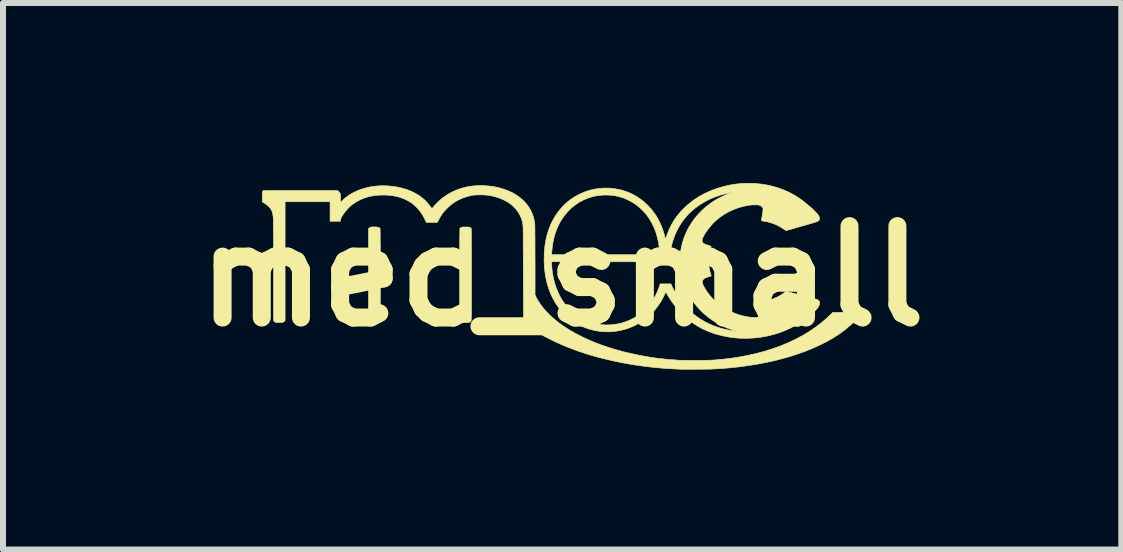
<source format=kicad_pcb>
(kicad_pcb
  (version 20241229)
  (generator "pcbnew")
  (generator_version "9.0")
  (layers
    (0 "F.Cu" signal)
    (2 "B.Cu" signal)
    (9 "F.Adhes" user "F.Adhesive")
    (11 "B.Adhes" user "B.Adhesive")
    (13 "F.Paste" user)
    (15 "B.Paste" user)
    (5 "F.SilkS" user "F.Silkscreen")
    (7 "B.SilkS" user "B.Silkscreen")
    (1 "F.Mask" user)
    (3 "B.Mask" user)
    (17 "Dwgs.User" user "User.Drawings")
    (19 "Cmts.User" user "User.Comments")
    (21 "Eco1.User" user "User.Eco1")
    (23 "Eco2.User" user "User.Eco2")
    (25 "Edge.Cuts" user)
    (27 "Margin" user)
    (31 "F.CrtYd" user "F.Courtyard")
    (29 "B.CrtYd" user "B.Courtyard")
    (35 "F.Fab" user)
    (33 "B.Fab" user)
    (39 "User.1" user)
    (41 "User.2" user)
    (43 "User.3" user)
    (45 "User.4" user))
  (footprint "mec_small"
    (layer "F.Cu")
    (at 6.321 1.554)
    (property "Reference" "mec_small" (at 0 0 0) (layer "F.SilkS") (effects (font (size 1.524 1.524) (thickness 0.3))))
    (attr through_hole)
    (fp_poly (pts (xy -3.117 -0.821) (xy -3.087 -0.819) (xy -3.065 -0.815) (xy -3.049 -0.809) (xy -3.039 -0.8) (xy -3.036 -0.796) (xy -3.035 -0.791) (xy -3.035 -0.78) (xy -3.034 -0.762) (xy -3.034 -0.737) (xy -3.033 -0.705) (xy -3.033 -0.666) (xy -3.033 -0.62) (xy -3.033 -0.567) (xy -3.032 -0.507) (xy -3.032 -0.439) (xy -3.032 -0.364) (xy -3.032 -0.282) (xy -3.032 -0.192) (xy -3.032 -0.095) (xy -3.032 -0.024) (xy -3.032 0.067) (xy -3.032 0.15) (xy -3.032 0.226) (xy -3.032 0.296) (xy -3.032 0.359) (xy -3.032 0.416) (xy -3.032 0.468) (xy -3.032 0.514) (xy -3.032 0.555) (xy -3.032 0.591) (xy -3.033 0.622) (xy -3.033 0.65) (xy -3.034 0.674) (xy -3.034 0.694) (xy -3.035 0.71) (xy -3.036 0.724) (xy -3.037 0.735) (xy -3.038 0.744) (xy -3.04 0.75) (xy -3.041 0.755) (xy -3.043 0.759) (xy -3.045 0.761) (xy -3.047 0.762) (xy -3.05 0.763) (xy -3.052 0.764) (xy -3.055 0.764) (xy -3.059 0.765) (xy -3.06 0.766) (xy -3.067 0.769) (xy -3.076 0.771) (xy -3.087 0.772) (xy -3.103 0.773) (xy -3.124 0.773) (xy -3.13 0.773) (xy -3.153 0.772) (xy -3.173 0.771) (xy -3.189 0.77) (xy -3.197 0.768) (xy -3.209 0.762) (xy -3.219 0.755) (xy -3.228 0.746) (xy -3.228 -0.792) (xy -3.217 -0.803) (xy -3.205 -0.811) (xy -3.189 -0.817) (xy -3.167 -0.821) (xy -3.14 -0.822) (xy -3.117 -0.821)) (stroke (width 0.01) (type solid)) (fill yes) (layer "F.SilkS"))
    (fp_poly (pts (xy -1.587 -0.82) (xy -1.571 -0.82) (xy -1.559 -0.819) (xy -1.55 -0.817) (xy -1.543 -0.815) (xy -1.537 -0.812) (xy -1.536 -0.812) (xy -1.525 -0.805) (xy -1.518 -0.798) (xy -1.516 -0.796) (xy -1.515 -0.791) (xy -1.515 -0.78) (xy -1.515 -0.762) (xy -1.514 -0.737) (xy -1.514 -0.705) (xy -1.513 -0.666) (xy -1.513 -0.62) (xy -1.513 -0.567) (xy -1.513 -0.507) (xy -1.512 -0.439) (xy -1.512 -0.364) (xy -1.512 -0.282) (xy -1.512 -0.192) (xy -1.512 -0.095) (xy -1.512 -0.024) (xy -1.512 0.067) (xy -1.512 0.15) (xy -1.512 0.226) (xy -1.512 0.296) (xy -1.512 0.359) (xy -1.512 0.416) (xy -1.512 0.468) (xy -1.512 0.514) (xy -1.512 0.555) (xy -1.513 0.591) (xy -1.513 0.622) (xy -1.514 0.65) (xy -1.514 0.674) (xy -1.515 0.694) (xy -1.516 0.71) (xy -1.516 0.724) (xy -1.518 0.735) (xy -1.519 0.744) (xy -1.52 0.75) (xy -1.522 0.755) (xy -1.524 0.759) (xy -1.526 0.761) (xy -1.528 0.762) (xy -1.53 0.763) (xy -1.533 0.764) (xy -1.536 0.764) (xy -1.539 0.765) (xy -1.54 0.766) (xy -1.551 0.769) (xy -1.568 0.771) (xy -1.589 0.773) (xy -1.611 0.773) (xy -1.633 0.773) (xy -1.653 0.772) (xy -1.669 0.769) (xy -1.678 0.767) (xy -1.689 0.761) (xy -1.699 0.754) (xy -1.7 0.753) (xy -1.708 0.745) (xy -1.708 -0.022) (xy -1.708 -0.124) (xy -1.708 -0.219) (xy -1.708 -0.306) (xy -1.708 -0.387) (xy -1.708 -0.459) (xy -1.708 -0.525) (xy -1.707 -0.583) (xy -1.707 -0.634) (xy -1.707 -0.678) (xy -1.706 -0.715) (xy -1.706 -0.745) (xy -1.706 -0.768) (xy -1.705 -0.784) (xy -1.705 -0.793) (xy -1.704 -0.796) (xy -1.699 -0.802) (xy -1.689 -0.809) (xy -1.684 -0.812) (xy -1.678 -0.815) (xy -1.671 -0.817) (xy -1.662 -0.819) (xy -1.651 -0.82) (xy -1.635 -0.82) (xy -1.613 -0.82) (xy -1.61 -0.82) (xy -1.587 -0.82)) (stroke (width 0.01) (type solid)) (fill yes) (layer "F.SilkS"))
    (fp_poly (pts (xy -1.275 -1.508) (xy -1.19 -1.5) (xy -1.108 -1.487) (xy -1.029 -1.468) (xy -0.955 -1.445) (xy -0.884 -1.417) (xy -0.818 -1.385) (xy -0.757 -1.348) (xy -0.7 -1.307) (xy -0.648 -1.262) (xy -0.602 -1.213) (xy -0.562 -1.161) (xy -0.528 -1.105) (xy -0.5 -1.046) (xy -0.478 -0.983) (xy -0.47 -0.95) (xy -0.466 -0.928) (xy -0.461 -0.904) (xy -0.458 -0.881) (xy -0.456 -0.87) (xy -0.456 -0.861) (xy -0.455 -0.843) (xy -0.455 -0.819) (xy -0.454 -0.787) (xy -0.454 -0.748) (xy -0.454 -0.701) (xy -0.453 -0.647) (xy -0.453 -0.586) (xy -0.453 -0.519) (xy -0.453 -0.444) (xy -0.453 -0.362) (xy -0.452 -0.273) (xy -0.452 -0.261) (xy -0.452 0.312) (xy -0.444 0.33) (xy -0.439 0.34) (xy -0.432 0.355) (xy -0.422 0.373) (xy -0.412 0.391) (xy -0.411 0.393) (xy -0.367 0.462) (xy -0.316 0.53) (xy -0.258 0.596) (xy -0.194 0.661) (xy -0.122 0.724) (xy -0.045 0.785) (xy 0.039 0.844) (xy 0.129 0.901) (xy 0.224 0.955) (xy 0.325 1.007) (xy 0.431 1.057) (xy 0.542 1.104) (xy 0.658 1.148) (xy 0.779 1.189) (xy 0.904 1.227) (xy 1.033 1.262) (xy 1.061 1.269) (xy 1.132 1.285) (xy 1.205 1.301) (xy 1.28 1.317) (xy 1.356 1.331) (xy 1.43 1.344) (xy 1.503 1.356) (xy 1.572 1.366) (xy 1.637 1.374) (xy 1.682 1.378) (xy 1.696 1.38) (xy 1.709 1.381) (xy 1.716 1.382) (xy 1.724 1.383) (xy 1.737 1.384) (xy 1.753 1.386) (xy 1.759 1.386) (xy 1.774 1.387) (xy 1.786 1.388) (xy 1.794 1.389) (xy 1.795 1.39) (xy 1.799 1.39) (xy 1.809 1.391) (xy 1.824 1.392) (xy 1.842 1.393) (xy 1.846 1.393) (xy 1.864 1.394) (xy 1.88 1.395) (xy 1.891 1.396) (xy 1.896 1.397) (xy 1.897 1.397) (xy 1.902 1.398) (xy 1.914 1.399) (xy 1.933 1.4) (xy 1.956 1.401) (xy 1.985 1.402) (xy 2.017 1.402) (xy 2.053 1.403) (xy 2.091 1.404) (xy 2.131 1.404) (xy 2.173 1.404) (xy 2.215 1.404) (xy 2.23 1.404) (xy 2.299 1.404) (xy 2.363 1.403) (xy 2.421 1.402) (xy 2.473 1.4) (xy 2.518 1.398) (xy 2.556 1.395) (xy 2.577 1.393) (xy 2.587 1.392) (xy 2.602 1.391) (xy 2.621 1.389) (xy 2.638 1.388) (xy 2.787 1.372) (xy 2.937 1.35) (xy 3.086 1.322) (xy 3.232 1.289) (xy 3.373 1.252) (xy 3.379 1.25) (xy 3.517 1.206) (xy 3.651 1.158) (xy 3.779 1.104) (xy 3.902 1.046) (xy 4.019 0.983) (xy 4.13 0.915) (xy 4.235 0.842) (xy 4.335 0.765) (xy 4.344 0.757) (xy 4.361 0.743) (xy 4.381 0.726) (xy 4.403 0.707) (xy 4.425 0.687) (xy 4.446 0.667) (xy 4.466 0.648) (xy 4.483 0.632) (xy 4.496 0.619) (xy 4.5 0.615) (xy 4.511 0.603) (xy 5.001 0.603) (xy 4.99 0.617) (xy 4.953 0.665) (xy 4.909 0.714) (xy 4.861 0.764) (xy 4.809 0.813) (xy 4.755 0.86) (xy 4.7 0.904) (xy 4.695 0.908) (xy 4.607 0.972) (xy 4.512 1.032) (xy 4.41 1.09) (xy 4.302 1.144) (xy 4.189 1.196) (xy 4.07 1.245) (xy 3.945 1.29) (xy 3.816 1.333) (xy 3.682 1.371) (xy 3.543 1.407) (xy 3.4 1.438) (xy 3.254 1.466) (xy 3.104 1.49) (xy 2.95 1.511) (xy 2.905 1.516) (xy 2.888 1.518) (xy 2.871 1.52) (xy 2.859 1.521) (xy 2.854 1.521) (xy 2.844 1.523) (xy 2.829 1.524) (xy 2.815 1.525) (xy 2.799 1.527) (xy 2.785 1.528) (xy 2.775 1.529) (xy 2.767 1.53) (xy 2.753 1.531) (xy 2.734 1.532) (xy 2.714 1.534) (xy 2.706 1.535) (xy 2.684 1.536) (xy 2.665 1.538) (xy 2.648 1.539) (xy 2.636 1.54) (xy 2.634 1.54) (xy 2.625 1.541) (xy 2.61 1.542) (xy 2.591 1.543) (xy 2.57 1.544) (xy 2.562 1.544) (xy 2.541 1.545) (xy 2.522 1.546) (xy 2.507 1.547) (xy 2.497 1.548) (xy 2.494 1.548) (xy 2.488 1.549) (xy 2.476 1.549) (xy 2.457 1.549) (xy 2.433 1.55) (xy 2.405 1.55) (xy 2.373 1.55) (xy 2.338 1.551) (xy 2.302 1.551) (xy 2.263 1.551) (xy 2.225 1.551) (xy 2.187 1.552) (xy 2.149 1.552) (xy 2.114 1.552) (xy 2.081 1.552) (xy 2.052 1.552) (xy 2.027 1.552) (xy 2.007 1.552) (xy 1.992 1.552) (xy 1.985 1.551) (xy 1.974 1.551) (xy 1.956 1.55) (xy 1.934 1.549) (xy 1.909 1.548) (xy 1.882 1.546) (xy 1.872 1.546) (xy 1.702 1.536) (xy 1.532 1.521) (xy 1.362 1.501) (xy 1.194 1.477) (xy 1.028 1.448) (xy 0.865 1.415) (xy 0.706 1.378) (xy 0.55 1.338) (xy 0.399 1.293) (xy 0.254 1.244) (xy 0.114 1.192) (xy 0.102 1.187) (xy 0.036 1.16) (xy -0.032 1.131) (xy -0.1 1.1) (xy -0.167 1.068) (xy -0.231 1.036) (xy -0.291 1.005) (xy -0.345 0.975) (xy -0.349 0.973) (xy -0.381 0.954) (xy -0.416 0.933) (xy -0.452 0.91) (xy -0.488 0.888) (xy -0.523 0.865) (xy -0.556 0.843) (xy -0.585 0.823) (xy -0.611 0.805) (xy -0.631 0.789) (xy -0.636 0.785) (xy -0.644 0.779) (xy -0.646 0.249) (xy -0.647 0.18) (xy -0.647 0.11) (xy -0.647 0.039) (xy -0.647 -0.032) (xy -0.648 -0.103) (xy -0.648 -0.172) (xy -0.648 -0.239) (xy -0.648 -0.304) (xy -0.648 -0.364) (xy -0.649 -0.42) (xy -0.649 -0.471) (xy -0.649 -0.516) (xy -0.649 -0.552) (xy -0.649 -0.609) (xy -0.649 -0.66) (xy -0.649 -0.703) (xy -0.65 -0.741) (xy -0.65 -0.774) (xy -0.651 -0.803) (xy -0.652 -0.827) (xy -0.654 -0.848) (xy -0.655 -0.866) (xy -0.658 -0.882) (xy -0.66 -0.897) (xy -0.663 -0.911) (xy -0.667 -0.924) (xy -0.671 -0.938) (xy -0.676 -0.952) (xy -0.679 -0.96) (xy -0.701 -1.013) (xy -0.729 -1.062) (xy -0.762 -1.108) (xy -0.79 -1.138) (xy -0.824 -1.172) (xy -0.857 -1.2) (xy -0.892 -1.225) (xy -0.931 -1.249) (xy -0.967 -1.268) (xy -1.022 -1.293) (xy -1.079 -1.314) (xy -1.14 -1.331) (xy -1.206 -1.345) (xy -1.218 -1.347) (xy -1.242 -1.35) (xy -1.272 -1.353) (xy -1.305 -1.355) (xy -1.341 -1.356) (xy -1.377 -1.356) (xy -1.412 -1.355) (xy -1.445 -1.354) (xy -1.473 -1.352) (xy -1.496 -1.349) (xy -1.497 -1.349) (xy -1.575 -1.331) (xy -1.648 -1.307) (xy -1.716 -1.278) (xy -1.781 -1.242) (xy -1.842 -1.2) (xy -1.899 -1.151) (xy -1.917 -1.134) (xy -1.957 -1.092) (xy -1.992 -1.049) (xy -2.023 -1.003) (xy -2.051 -0.953) (xy -2.056 -0.945) (xy -2.067 -0.923) (xy -2.076 -0.908) (xy -2.082 -0.899) (xy -2.087 -0.896) (xy -2.087 -0.896) (xy -2.092 -0.896) (xy -2.104 -0.896) (xy -2.121 -0.897) (xy -2.142 -0.897) (xy -2.166 -0.897) (xy -2.179 -0.897) (xy -2.264 -0.897) (xy -2.289 -0.949) (xy -2.323 -1.014) (xy -2.363 -1.074) (xy -2.407 -1.128) (xy -2.455 -1.176) (xy -2.508 -1.219) (xy -2.565 -1.255) (xy -2.571 -1.258) (xy -2.628 -1.286) (xy -2.686 -1.309) (xy -2.747 -1.327) (xy -2.812 -1.34) (xy -2.881 -1.349) (xy -2.955 -1.353) (xy -2.979 -1.353) (xy -3.063 -1.351) (xy -3.143 -1.342) (xy -3.22 -1.327) (xy -3.294 -1.305) (xy -3.363 -1.276) (xy -3.429 -1.241) (xy -3.491 -1.2) (xy -3.505 -1.19) (xy -3.531 -1.168) (xy -3.557 -1.143) (xy -3.582 -1.117) (xy -3.606 -1.089) (xy -3.629 -1.06) (xy -3.649 -1.032) (xy -3.667 -1.004) (xy -3.681 -0.979) (xy -3.69 -0.957) (xy -3.695 -0.939) (xy -3.695 -0.933) (xy -3.695 -0.916) (xy -3.869 -0.916) (xy -3.869 -1.241) (xy -4.619 -1.241) (xy -4.619 0.738) (xy -4.627 0.748) (xy -4.636 0.758) (xy -4.647 0.764) (xy -4.661 0.769) (xy -4.679 0.772) (xy -4.703 0.773) (xy -4.716 0.773) (xy -4.742 0.772) (xy -4.763 0.771) (xy -4.778 0.767) (xy -4.79 0.762) (xy -4.8 0.754) (xy -4.807 0.746) (xy -4.807 0.744) (xy -4.808 0.739) (xy -4.808 0.732) (xy -4.809 0.721) (xy -4.809 0.706) (xy -4.81 0.688) (xy -4.81 0.666) (xy -4.81 0.64) (xy -4.81 0.609) (xy -4.811 0.573) (xy -4.811 0.532) (xy -4.811 0.486) (xy -4.811 0.435) (xy -4.811 0.378) (xy -4.811 0.314) (xy -4.811 0.245) (xy -4.812 0.168) (xy -4.812 0.085) (xy -4.812 -0.005) (xy -4.812 -0.082) (xy -4.812 -0.177) (xy -4.812 -0.269) (xy -4.812 -0.355) (xy -4.812 -0.437) (xy -4.812 -0.514) (xy -4.812 -0.586) (xy -4.812 -0.652) (xy -4.813 -0.712) (xy -4.813 -0.767) (xy -4.813 -0.815) (xy -4.814 -0.857) (xy -4.814 -0.893) (xy -4.814 -0.921) (xy -4.815 -0.943) (xy -4.815 -0.957) (xy -4.815 -0.962) (xy -4.819 -1.003) (xy -4.825 -1.039) (xy -4.832 -1.069) (xy -4.843 -1.096) (xy -4.856 -1.12) (xy -4.873 -1.143) (xy -4.888 -1.159) (xy -4.908 -1.176) (xy -4.93 -1.194) (xy -4.955 -1.211) (xy -4.976 -1.225) (xy -5 -1.239) (xy -4.999 -1.325) (xy -4.998 -1.411) (xy -4.988 -1.419) (xy -4.977 -1.427) (xy -4.365 -1.428) (xy -4.279 -1.428) (xy -4.201 -1.428) (xy -4.129 -1.428) (xy -4.064 -1.428) (xy -4.006 -1.428) (xy -3.955 -1.428) (xy -3.909 -1.428) (xy -3.87 -1.428) (xy -3.836 -1.428) (xy -3.808 -1.427) (xy -3.785 -1.427) (xy -3.768 -1.427) (xy -3.755 -1.426) (xy -3.747 -1.426) (xy -3.743 -1.425) (xy -3.733 -1.418) (xy -3.721 -1.407) (xy -3.71 -1.393) (xy -3.702 -1.38) (xy -3.701 -1.378) (xy -3.698 -1.37) (xy -3.697 -1.358) (xy -3.696 -1.341) (xy -3.695 -1.317) (xy -3.695 -1.299) (xy -3.695 -1.278) (xy -3.695 -1.259) (xy -3.695 -1.245) (xy -3.694 -1.236) (xy -3.694 -1.233) (xy -3.691 -1.236) (xy -3.684 -1.242) (xy -3.673 -1.252) (xy -3.664 -1.261) (xy -3.608 -1.311) (xy -3.548 -1.354) (xy -3.483 -1.392) (xy -3.413 -1.425) (xy -3.338 -1.453) (xy -3.257 -1.476) (xy -3.243 -1.48) (xy -3.163 -1.495) (xy -3.082 -1.504) (xy -2.998 -1.508) (xy -2.915 -1.506) (xy -2.831 -1.499) (xy -2.749 -1.486) (xy -2.669 -1.468) (xy -2.592 -1.445) (xy -2.52 -1.417) (xy -2.451 -1.384) (xy -2.447 -1.382) (xy -2.385 -1.344) (xy -2.328 -1.302) (xy -2.277 -1.256) (xy -2.23 -1.204) (xy -2.186 -1.147) (xy -2.176 -1.132) (xy -2.173 -1.128) (xy -2.17 -1.127) (xy -2.166 -1.13) (xy -2.161 -1.136) (xy -2.151 -1.148) (xy -2.149 -1.151) (xy -2.133 -1.171) (xy -2.112 -1.195) (xy -2.087 -1.22) (xy -2.061 -1.245) (xy -2.034 -1.27) (xy -2.009 -1.292) (xy -1.986 -1.31) (xy -1.985 -1.311) (xy -1.913 -1.36) (xy -1.838 -1.402) (xy -1.76 -1.437) (xy -1.679 -1.466) (xy -1.595 -1.487) (xy -1.508 -1.502) (xy -1.418 -1.51) (xy -1.363 -1.511) (xy -1.275 -1.508)) (stroke (width 0.01) (type solid)) (fill yes) (layer "F.SilkS"))
    (fp_poly (pts (xy 3.211 -1.546) (xy 3.314 -1.536) (xy 3.415 -1.52) (xy 3.513 -1.498) (xy 3.61 -1.469) (xy 3.703 -1.434) (xy 3.792 -1.393) (xy 3.878 -1.347) (xy 3.959 -1.295) (xy 3.999 -1.266) (xy 4.013 -1.254) (xy 4.033 -1.239) (xy 4.056 -1.22) (xy 4.082 -1.198) (xy 4.111 -1.175) (xy 4.141 -1.15) (xy 4.152 -1.141) (xy 4.165 -1.129) (xy 4.181 -1.114) (xy 4.198 -1.096) (xy 4.216 -1.078) (xy 4.234 -1.059) (xy 4.25 -1.042) (xy 4.263 -1.027) (xy 4.272 -1.015) (xy 4.275 -1.01) (xy 4.286 -0.987) (xy 4.29 -0.966) (xy 4.289 -0.947) (xy 4.283 -0.935) (xy 4.274 -0.925) (xy 4.262 -0.916) (xy 4.257 -0.914) (xy 4.25 -0.911) (xy 4.236 -0.906) (xy 4.217 -0.9) (xy 4.193 -0.893) (xy 4.166 -0.884) (xy 4.135 -0.875) (xy 4.103 -0.866) (xy 4.089 -0.862) (xy 4.052 -0.851) (xy 4.012 -0.84) (xy 3.971 -0.828) (xy 3.931 -0.816) (xy 3.894 -0.806) (xy 3.861 -0.796) (xy 3.836 -0.789) (xy 3.805 -0.78) (xy 3.78 -0.773) (xy 3.761 -0.768) (xy 3.747 -0.764) (xy 3.737 -0.763) (xy 3.73 -0.762) (xy 3.726 -0.763) (xy 3.726 -0.763) (xy 3.72 -0.767) (xy 3.71 -0.774) (xy 3.696 -0.783) (xy 3.68 -0.794) (xy 3.676 -0.796) (xy 3.655 -0.81) (xy 3.631 -0.824) (xy 3.608 -0.838) (xy 3.59 -0.847) (xy 3.552 -0.864) (xy 3.51 -0.88) (xy 3.466 -0.894) (xy 3.423 -0.906) (xy 3.381 -0.914) (xy 3.354 -0.918) (xy 3.341 -0.92) (xy 3.33 -0.922) (xy 3.326 -0.924) (xy 3.324 -0.926) (xy 3.324 -0.932) (xy 3.324 -0.941) (xy 3.326 -0.955) (xy 3.329 -0.974) (xy 3.333 -1) (xy 3.336 -1.022) (xy 3.341 -1.053) (xy 3.345 -1.079) (xy 3.347 -1.098) (xy 3.348 -1.114) (xy 3.348 -1.125) (xy 3.346 -1.135) (xy 3.343 -1.142) (xy 3.339 -1.149) (xy 3.333 -1.155) (xy 3.324 -1.164) (xy 3.311 -1.172) (xy 3.299 -1.179) (xy 3.289 -1.183) (xy 3.282 -1.186) (xy 3.273 -1.188) (xy 3.263 -1.189) (xy 3.25 -1.189) (xy 3.232 -1.189) (xy 3.215 -1.189) (xy 3.181 -1.189) (xy 3.148 -1.187) (xy 3.12 -1.184) (xy 3.113 -1.183) (xy 3.024 -1.165) (xy 2.939 -1.142) (xy 2.857 -1.111) (xy 2.778 -1.075) (xy 2.704 -1.033) (xy 2.633 -0.985) (xy 2.568 -0.932) (xy 2.507 -0.874) (xy 2.452 -0.81) (xy 2.402 -0.742) (xy 2.376 -0.701) (xy 2.36 -0.672) (xy 2.347 -0.648) (xy 2.339 -0.628) (xy 2.334 -0.612) (xy 2.333 -0.598) (xy 2.334 -0.581) (xy 2.338 -0.567) (xy 2.346 -0.556) (xy 2.359 -0.545) (xy 2.377 -0.536) (xy 2.4 -0.526) (xy 2.425 -0.518) (xy 2.444 -0.512) (xy 2.46 -0.507) (xy 2.472 -0.502) (xy 2.48 -0.5) (xy 2.481 -0.499) (xy 2.48 -0.495) (xy 2.478 -0.486) (xy 2.474 -0.471) (xy 2.47 -0.454) (xy 2.469 -0.45) (xy 2.458 -0.41) (xy 2.45 -0.374) (xy 2.445 -0.339) (xy 2.442 -0.302) (xy 2.441 -0.281) (xy 2.442 -0.21) (xy 2.45 -0.14) (xy 2.465 -0.072) (xy 2.474 -0.042) (xy 2.479 -0.027) (xy 2.482 -0.014) (xy 2.483 -0.006) (xy 2.482 -0.004) (xy 2.478 -0.002) (xy 2.467 0.002) (xy 2.453 0.007) (xy 2.438 0.011) (xy 2.413 0.019) (xy 2.394 0.026) (xy 2.38 0.033) (xy 2.369 0.04) (xy 2.36 0.047) (xy 2.346 0.063) (xy 2.338 0.08) (xy 2.336 0.099) (xy 2.339 0.12) (xy 2.348 0.146) (xy 2.363 0.175) (xy 2.365 0.179) (xy 2.41 0.252) (xy 2.461 0.32) (xy 2.518 0.384) (xy 2.579 0.442) (xy 2.647 0.494) (xy 2.719 0.542) (xy 2.785 0.578) (xy 2.863 0.613) (xy 2.942 0.642) (xy 3.023 0.664) (xy 3.108 0.68) (xy 3.161 0.686) (xy 3.198 0.689) (xy 3.228 0.689) (xy 3.253 0.686) (xy 3.273 0.68) (xy 3.29 0.671) (xy 3.303 0.658) (xy 3.312 0.643) (xy 3.314 0.638) (xy 3.316 0.633) (xy 3.318 0.626) (xy 3.319 0.617) (xy 3.32 0.605) (xy 3.321 0.588) (xy 3.321 0.566) (xy 3.322 0.538) (xy 3.322 0.524) (xy 3.324 0.421) (xy 3.372 0.412) (xy 3.429 0.401) (xy 3.482 0.388) (xy 3.531 0.371) (xy 3.578 0.351) (xy 3.624 0.327) (xy 3.671 0.297) (xy 3.721 0.262) (xy 3.731 0.255) (xy 3.735 0.255) (xy 3.747 0.258) (xy 3.764 0.261) (xy 3.788 0.267) (xy 3.816 0.274) (xy 3.85 0.283) (xy 3.888 0.292) (xy 3.931 0.303) (xy 3.946 0.307) (xy 4 0.321) (xy 4.048 0.334) (xy 4.089 0.345) (xy 4.124 0.354) (xy 4.154 0.362) (xy 4.178 0.369) (xy 4.199 0.374) (xy 4.216 0.379) (xy 4.229 0.383) (xy 4.239 0.386) (xy 4.247 0.388) (xy 4.253 0.391) (xy 4.257 0.392) (xy 4.261 0.394) (xy 4.262 0.395) (xy 4.278 0.408) (xy 4.288 0.425) (xy 4.291 0.445) (xy 4.289 0.468) (xy 4.28 0.492) (xy 4.266 0.519) (xy 4.253 0.535) (xy 4.236 0.556) (xy 4.213 0.58) (xy 4.187 0.605) (xy 4.158 0.632) (xy 4.128 0.658) (xy 4.098 0.682) (xy 4.096 0.684) (xy 4.081 0.695) (xy 4.061 0.709) (xy 4.037 0.726) (xy 4.01 0.743) (xy 3.983 0.762) (xy 3.956 0.779) (xy 3.93 0.795) (xy 3.908 0.809) (xy 3.903 0.812) (xy 3.813 0.861) (xy 3.719 0.905) (xy 3.622 0.942) (xy 3.52 0.973) (xy 3.416 0.998) (xy 3.31 1.017) (xy 3.202 1.03) (xy 3.093 1.035) (xy 2.983 1.035) (xy 2.943 1.033) (xy 2.845 1.024) (xy 2.745 1.009) (xy 2.646 0.987) (xy 2.55 0.961) (xy 2.515 0.95) (xy 2.422 0.915) (xy 2.333 0.874) (xy 2.248 0.826) (xy 2.166 0.772) (xy 2.087 0.71) (xy 2.013 0.643) (xy 1.942 0.568) (xy 1.875 0.488) (xy 1.852 0.458) (xy 1.828 0.425) (xy 1.804 0.389) (xy 1.78 0.352) (xy 1.759 0.317) (xy 1.742 0.288) (xy 1.735 0.276) (xy 1.73 0.268) (xy 1.727 0.264) (xy 1.727 0.264) (xy 1.724 0.267) (xy 1.72 0.276) (xy 1.716 0.286) (xy 1.711 0.297) (xy 1.703 0.313) (xy 1.694 0.332) (xy 1.684 0.352) (xy 1.681 0.359) (xy 1.638 0.436) (xy 1.589 0.507) (xy 1.535 0.574) (xy 1.477 0.636) (xy 1.413 0.692) (xy 1.346 0.743) (xy 1.275 0.788) (xy 1.2 0.827) (xy 1.123 0.86) (xy 1.043 0.887) (xy 0.96 0.907) (xy 0.876 0.921) (xy 0.791 0.927) (xy 0.704 0.926) (xy 0.649 0.922) (xy 0.561 0.909) (xy 0.475 0.889) (xy 0.392 0.862) (xy 0.313 0.829) (xy 0.236 0.788) (xy 0.185 0.756) (xy 0.116 0.706) (xy 0.052 0.65) (xy -0.007 0.589) (xy -0.06 0.522) (xy -0.109 0.451) (xy -0.152 0.375) (xy -0.191 0.295) (xy -0.223 0.21) (xy -0.25 0.122) (xy -0.272 0.03) (xy -0.287 -0.066) (xy -0.297 -0.164) (xy -0.3 -0.241) (xy -0.177 -0.241) (xy -0.177 -0.227) (xy -0.177 -0.211) (xy -0.175 -0.188) (xy -0.173 -0.162) (xy -0.171 -0.134) (xy -0.168 -0.105) (xy -0.165 -0.078) (xy -0.162 -0.055) (xy -0.146 0.034) (xy -0.124 0.121) (xy -0.096 0.204) (xy -0.062 0.284) (xy -0.024 0.359) (xy 0.02 0.429) (xy 0.039 0.454) (xy 0.057 0.478) (xy 0.08 0.504) (xy 0.106 0.532) (xy 0.134 0.56) (xy 0.161 0.586) (xy 0.187 0.61) (xy 0.211 0.63) (xy 0.217 0.634) (xy 0.284 0.679) (xy 0.354 0.718) (xy 0.426 0.75) (xy 0.501 0.776) (xy 0.578 0.795) (xy 0.655 0.808) (xy 0.733 0.813) (xy 0.81 0.811) (xy 0.81 0.811) (xy 0.894 0.801) (xy 0.976 0.785) (xy 1.054 0.761) (xy 1.129 0.731) (xy 1.201 0.695) (xy 1.268 0.652) (xy 1.332 0.603) (xy 1.391 0.548) (xy 1.446 0.488) (xy 1.496 0.422) (xy 1.54 0.35) (xy 1.557 0.32) (xy 1.579 0.274) (xy 1.6 0.225) (xy 1.619 0.176) (xy 1.624 0.161) (xy 1.634 0.128) (xy 1.813 0.128) (xy 1.823 0.153) (xy 1.836 0.18) (xy 1.853 0.213) (xy 1.873 0.248) (xy 1.895 0.285) (xy 1.919 0.323) (xy 1.943 0.361) (xy 1.968 0.396) (xy 1.992 0.429) (xy 2.008 0.45) (xy 2.071 0.523) (xy 2.139 0.59) (xy 2.212 0.651) (xy 2.29 0.706) (xy 2.372 0.756) (xy 2.458 0.799) (xy 2.548 0.836) (xy 2.642 0.867) (xy 2.739 0.891) (xy 2.799 0.903) (xy 2.831 0.908) (xy 2.857 0.912) (xy 2.875 0.915) (xy 2.886 0.916) (xy 2.891 0.915) (xy 2.889 0.913) (xy 2.881 0.91) (xy 2.866 0.905) (xy 2.856 0.902) (xy 2.761 0.868) (xy 2.67 0.829) (xy 2.584 0.784) (xy 2.503 0.733) (xy 2.425 0.676) (xy 2.352 0.614) (xy 2.325 0.588) (xy 2.26 0.52) (xy 2.2 0.447) (xy 2.147 0.371) (xy 2.1 0.291) (xy 2.06 0.208) (xy 2.026 0.123) (xy 2 0.036) (xy 1.98 -0.053) (xy 1.969 -0.137) (xy 1.967 -0.162) (xy 1.966 -0.191) (xy 1.965 -0.224) (xy 1.965 -0.259) (xy 1.965 -0.293) (xy 1.966 -0.324) (xy 1.967 -0.351) (xy 1.968 -0.363) (xy 1.981 -0.454) (xy 2.001 -0.544) (xy 2.028 -0.631) (xy 2.062 -0.716) (xy 2.102 -0.798) (xy 2.149 -0.877) (xy 2.202 -0.953) (xy 2.261 -1.024) (xy 2.326 -1.092) (xy 2.397 -1.156) (xy 2.473 -1.215) (xy 2.542 -1.261) (xy 2.568 -1.277) (xy 2.6 -1.294) (xy 2.634 -1.312) (xy 2.67 -1.33) (xy 2.706 -1.347) (xy 2.739 -1.362) (xy 2.769 -1.374) (xy 2.776 -1.377) (xy 2.793 -1.383) (xy 2.806 -1.388) (xy 2.815 -1.392) (xy 2.819 -1.394) (xy 2.819 -1.394) (xy 2.815 -1.394) (xy 2.804 -1.392) (xy 2.789 -1.39) (xy 2.77 -1.385) (xy 2.749 -1.381) (xy 2.726 -1.375) (xy 2.704 -1.37) (xy 2.682 -1.364) (xy 2.664 -1.359) (xy 2.656 -1.357) (xy 2.561 -1.326) (xy 2.47 -1.289) (xy 2.384 -1.245) (xy 2.302 -1.196) (xy 2.224 -1.141) (xy 2.186 -1.11) (xy 2.121 -1.051) (xy 2.061 -0.987) (xy 2.007 -0.917) (xy 1.958 -0.843) (xy 1.915 -0.765) (xy 1.878 -0.683) (xy 1.847 -0.597) (xy 1.822 -0.507) (xy 1.806 -0.428) (xy 1.803 -0.405) (xy 1.799 -0.378) (xy 1.795 -0.351) (xy 1.792 -0.323) (xy 1.79 -0.298) (xy 1.788 -0.277) (xy 1.787 -0.261) (xy 1.787 -0.259) (xy 1.787 -0.241) (xy -0.177 -0.241) (xy -0.3 -0.241) (xy -0.301 -0.266) (xy -0.299 -0.358) (xy -0.177 -0.358) (xy 1.627 -0.358) (xy 1.626 -0.384) (xy 1.618 -0.478) (xy 1.605 -0.568) (xy 1.585 -0.655) (xy 1.56 -0.739) (xy 1.529 -0.817) (xy 1.492 -0.892) (xy 1.451 -0.962) (xy 1.404 -1.027) (xy 1.351 -1.087) (xy 1.294 -1.142) (xy 1.232 -1.192) (xy 1.165 -1.236) (xy 1.16 -1.238) (xy 1.09 -1.275) (xy 1.019 -1.305) (xy 0.945 -1.327) (xy 0.87 -1.343) (xy 0.792 -1.351) (xy 0.711 -1.353) (xy 0.699 -1.353) (xy 0.621 -1.347) (xy 0.546 -1.335) (xy 0.474 -1.317) (xy 0.403 -1.291) (xy 0.351 -1.269) (xy 0.281 -1.231) (xy 0.216 -1.187) (xy 0.154 -1.138) (xy 0.098 -1.082) (xy 0.045 -1.021) (xy -0.002 -0.955) (xy -0.044 -0.885) (xy -0.08 -0.81) (xy -0.085 -0.797) (xy -0.112 -0.726) (xy -0.134 -0.652) (xy -0.151 -0.575) (xy -0.164 -0.493) (xy -0.173 -0.405) (xy -0.175 -0.386) (xy -0.177 -0.358) (xy -0.299 -0.358) (xy -0.299 -0.369) (xy -0.297 -0.398) (xy -0.295 -0.429) (xy -0.292 -0.458) (xy -0.29 -0.485) (xy -0.287 -0.506) (xy -0.287 -0.511) (xy -0.27 -0.609) (xy -0.248 -0.702) (xy -0.219 -0.791) (xy -0.185 -0.875) (xy -0.144 -0.954) (xy -0.098 -1.029) (xy -0.046 -1.1) (xy 0.012 -1.165) (xy 0.026 -1.18) (xy 0.081 -1.231) (xy 0.137 -1.276) (xy 0.196 -1.316) (xy 0.26 -1.352) (xy 0.288 -1.367) (xy 0.368 -1.402) (xy 0.449 -1.43) (xy 0.532 -1.45) (xy 0.617 -1.463) (xy 0.702 -1.469) (xy 0.788 -1.468) (xy 0.874 -1.459) (xy 0.959 -1.443) (xy 1.006 -1.431) (xy 1.085 -1.405) (xy 1.162 -1.372) (xy 1.235 -1.332) (xy 1.304 -1.286) (xy 1.37 -1.234) (xy 1.432 -1.176) (xy 1.49 -1.112) (xy 1.542 -1.043) (xy 1.563 -1.013) (xy 1.597 -0.955) (xy 1.629 -0.892) (xy 1.659 -0.824) (xy 1.684 -0.754) (xy 1.705 -0.683) (xy 1.711 -0.662) (xy 1.715 -0.645) (xy 1.719 -0.632) (xy 1.722 -0.622) (xy 1.723 -0.618) (xy 1.723 -0.618) (xy 1.725 -0.622) (xy 1.729 -0.631) (xy 1.734 -0.646) (xy 1.74 -0.664) (xy 1.745 -0.68) (xy 1.776 -0.764) (xy 1.815 -0.845) (xy 1.86 -0.923) (xy 1.911 -0.998) (xy 1.969 -1.069) (xy 2.034 -1.136) (xy 2.104 -1.2) (xy 2.181 -1.26) (xy 2.223 -1.29) (xy 2.307 -1.342) (xy 2.395 -1.388) (xy 2.489 -1.429) (xy 2.586 -1.465) (xy 2.686 -1.494) (xy 2.788 -1.518) (xy 2.893 -1.535) (xy 2.999 -1.546) (xy 3.003 -1.546) (xy 3.108 -1.549) (xy 3.211 -1.546)) (stroke (width 0.01) (type solid)) (fill yes) (layer "F.SilkS")))
  (gr_rect
    (start -3 -3)
    (end 15.642 6.111)
    (stroke (width 0.1) (type default))
    (fill no)
    (layer "Edge.Cuts")))
</source>
